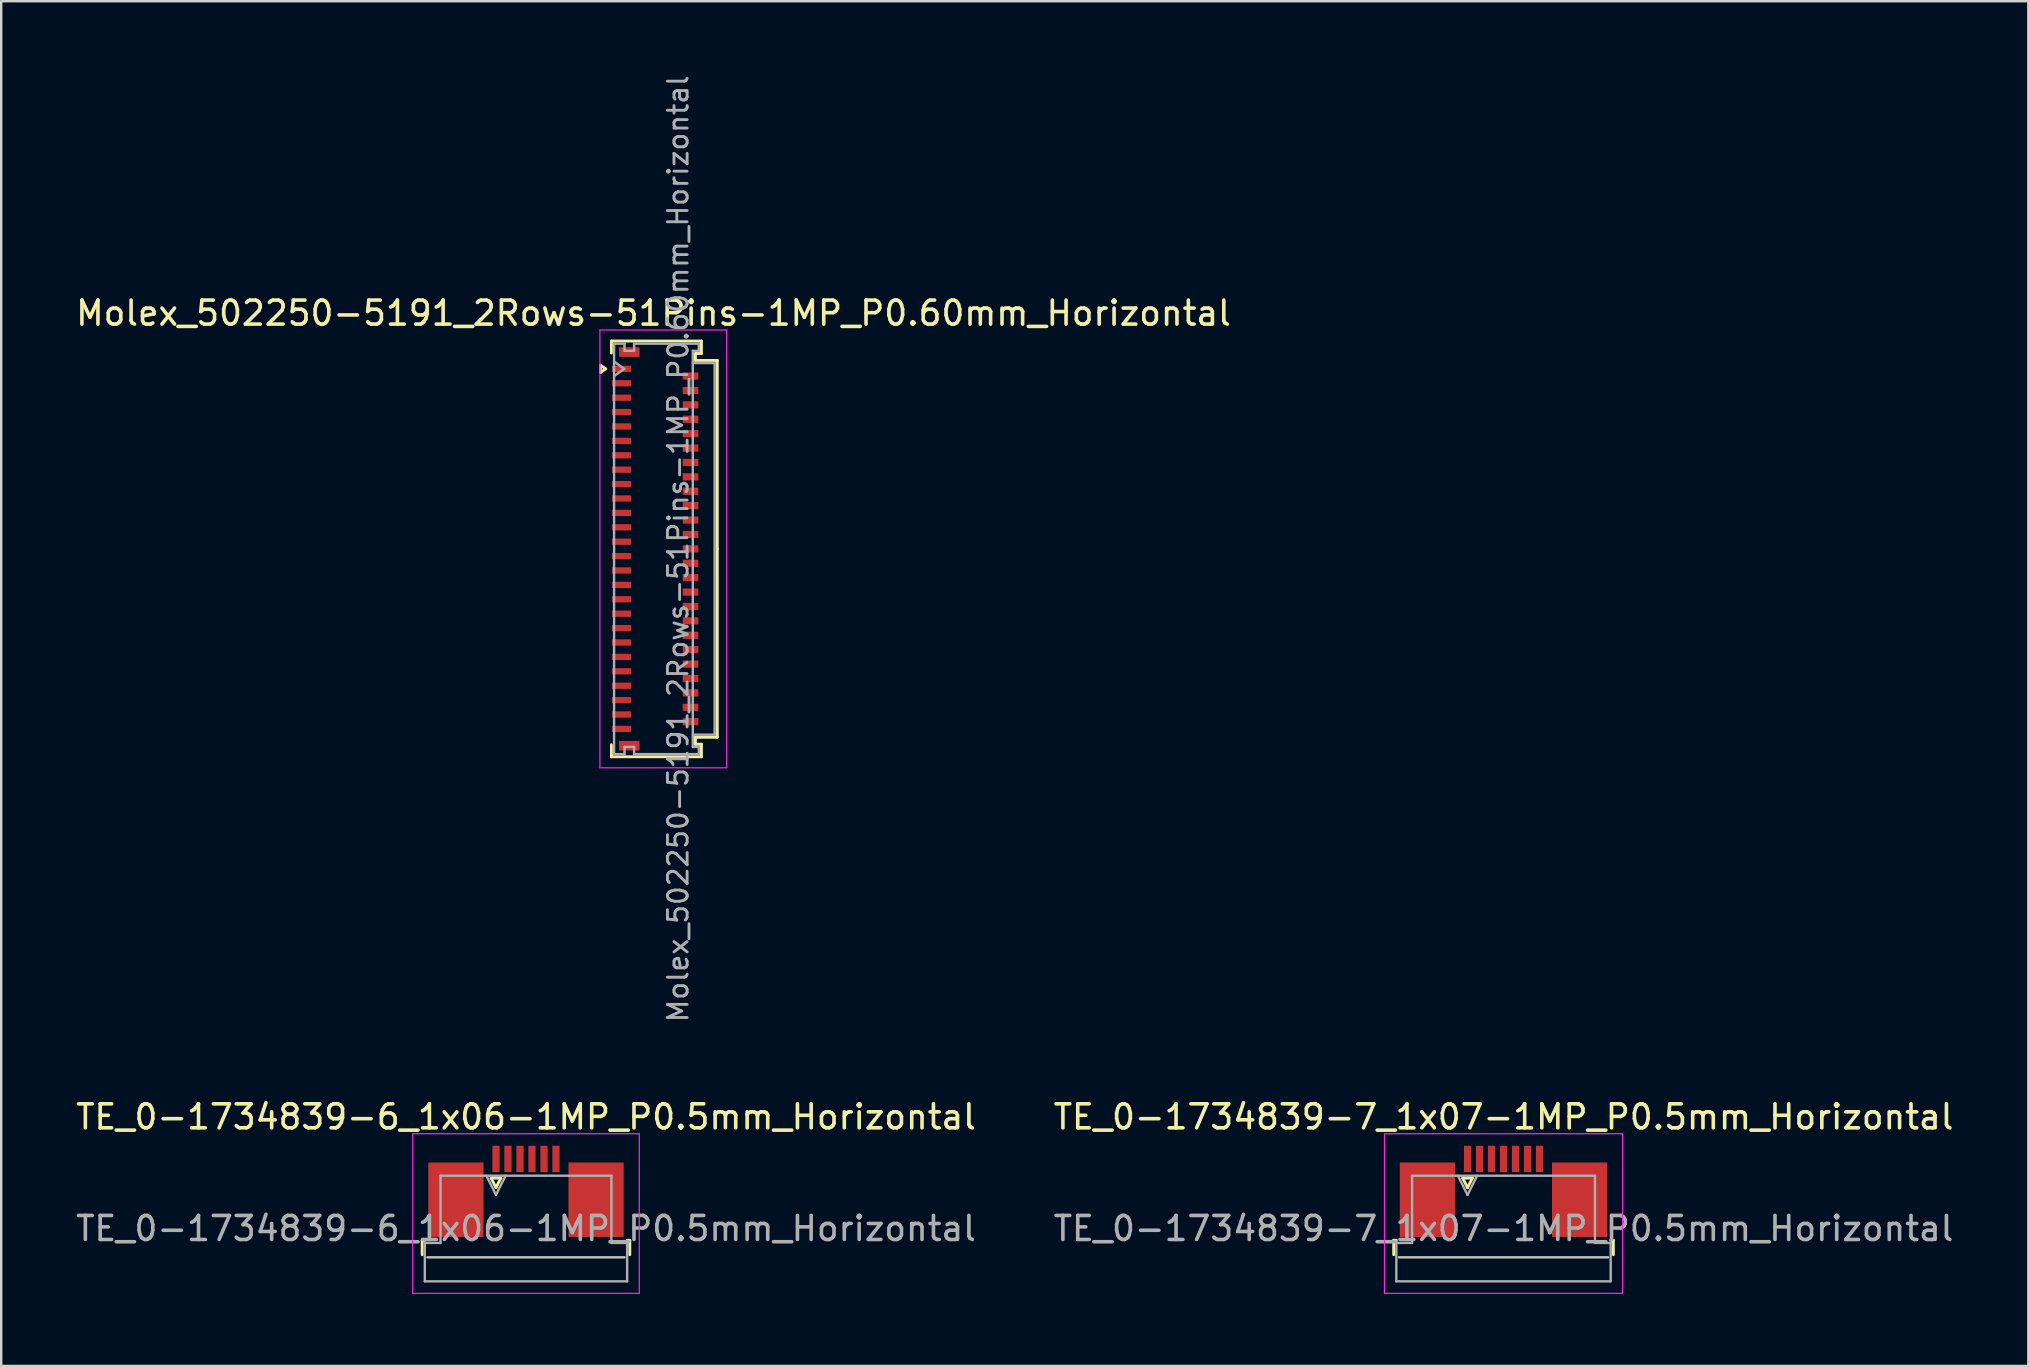
<source format=kicad_pcb>
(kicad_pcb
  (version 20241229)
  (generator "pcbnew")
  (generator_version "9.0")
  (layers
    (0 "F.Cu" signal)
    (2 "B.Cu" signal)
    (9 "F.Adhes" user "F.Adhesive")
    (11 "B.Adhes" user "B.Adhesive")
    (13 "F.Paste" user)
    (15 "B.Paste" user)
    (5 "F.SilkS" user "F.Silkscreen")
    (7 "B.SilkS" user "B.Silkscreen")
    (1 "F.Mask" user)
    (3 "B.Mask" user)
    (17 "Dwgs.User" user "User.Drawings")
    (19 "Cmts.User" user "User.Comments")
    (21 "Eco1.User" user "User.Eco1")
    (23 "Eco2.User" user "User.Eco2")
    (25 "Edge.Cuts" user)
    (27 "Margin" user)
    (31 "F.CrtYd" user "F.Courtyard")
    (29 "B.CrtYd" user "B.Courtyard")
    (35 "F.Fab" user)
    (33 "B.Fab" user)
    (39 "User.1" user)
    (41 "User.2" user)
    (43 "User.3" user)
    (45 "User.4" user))
  (footprint "TE_0-1734839-7_1x07-1MP_P0.5mm_Horizontal"
    (layer "F.Cu")
    (at 59.589 46.582)
    (property "Reference" "TE_0-1734839-7_1x07-1MP_P0.5mm_Horizontal" (at 0 -3.1 0) (layer "F.SilkS") (effects (font (size 1 1) (thickness 0.15))))
    (attr smd)
    (fp_line (start -4.575 2.04) (end -4.575 2.64) (stroke (width 0.12) (type solid)) (layer "F.SilkS"))
    (fp_line (start -4.465 2.04) (end -4.575 2.04) (stroke (width 0.12) (type solid)) (layer "F.SilkS"))
    (fp_line (start -1.7 -0.55) (end -1.5 -0.15) (stroke (width 0.12) (type solid)) (layer "F.SilkS"))
    (fp_line (start -1.5 -0.15) (end -1.3 -0.55) (stroke (width 0.12) (type solid)) (layer "F.SilkS"))
    (fp_line (start -1.3 -0.55) (end -1.7 -0.55) (stroke (width 0.12) (type solid)) (layer "F.SilkS"))
    (fp_line (start 4.465 2.04) (end 4.575 2.04) (stroke (width 0.12) (type solid)) (layer "F.SilkS"))
    (fp_line (start 4.575 2.04) (end 4.575 2.64) (stroke (width 0.12) (type solid)) (layer "F.SilkS"))
    (fp_line (start 4.355 2.75) (end -4.355 2.75) (stroke (width 0.1) (type solid)) (layer "Dwgs.User"))
    (fp_line (start -4.96 -2.4) (end -4.96 4.25) (stroke (width 0.05) (type solid)) (layer "F.CrtYd"))
    (fp_line (start -4.96 4.25) (end 4.96 4.25) (stroke (width 0.05) (type solid)) (layer "F.CrtYd"))
    (fp_line (start 4.96 -2.4) (end -4.96 -2.4) (stroke (width 0.05) (type solid)) (layer "F.CrtYd"))
    (fp_line (start 4.96 4.25) (end 4.96 -2.4) (stroke (width 0.05) (type solid)) (layer "F.CrtYd"))
    (fp_line (start -4.465 2.15) (end -3.81 2.15) (stroke (width 0.1) (type solid)) (layer "F.Fab"))
    (fp_line (start -4.465 3.75) (end -4.465 2.15) (stroke (width 0.1) (type solid)) (layer "F.Fab"))
    (fp_line (start -3.81 -0.65) (end 3.81 -0.65) (stroke (width 0.1) (type solid)) (layer "F.Fab"))
    (fp_line (start -3.81 2.15) (end -3.81 -0.65) (stroke (width 0.1) (type solid)) (layer "F.Fab"))
    (fp_line (start -1.9 -0.65) (end -1.5 0.15) (stroke (width 0.1) (type solid)) (layer "F.Fab"))
    (fp_line (start -1.5 0.15) (end -1.1 -0.65) (stroke (width 0.1) (type solid)) (layer "F.Fab"))
    (fp_line (start 3.81 -0.65) (end 3.81 2.15) (stroke (width 0.1) (type solid)) (layer "F.Fab"))
    (fp_line (start 3.81 2.15) (end 4.465 2.15) (stroke (width 0.1) (type solid)) (layer "F.Fab"))
    (fp_line (start 4.465 2.15) (end 4.465 3.75) (stroke (width 0.1) (type solid)) (layer "F.Fab"))
    (fp_line (start 4.465 3.75) (end -4.465 3.75) (stroke (width 0.1) (type solid)) (layer "F.Fab"))
    (fp_text user "${REFERENCE}" (at 0 1.55 0) (layer "F.Fab") (effects (font (size 1 1) (thickness 0.15))))
    (pad "1" smd rect (at -1.5 -1.35) (size 0.3 1.1) (layers "F.Cu" "F.Mask" "F.Paste"))
    (pad "2" smd rect (at -1 -1.35) (size 0.3 1.1) (layers "F.Cu" "F.Mask" "F.Paste"))
    (pad "3" smd rect (at -0.5 -1.35) (size 0.3 1.1) (layers "F.Cu" "F.Mask" "F.Paste"))
    (pad "4" smd rect (at 0 -1.35) (size 0.3 1.1) (layers "F.Cu" "F.Mask" "F.Paste"))
    (pad "5" smd rect (at 0.5 -1.35) (size 0.3 1.1) (layers "F.Cu" "F.Mask" "F.Paste"))
    (pad "6" smd rect (at 1 -1.35) (size 0.3 1.1) (layers "F.Cu" "F.Mask" "F.Paste"))
    (pad "7" smd rect (at 1.5 -1.35) (size 0.3 1.1) (layers "F.Cu" "F.Mask" "F.Paste"))
    (pad "MP" smd rect (at -3.17 0.35) (size 2.3 3.1) (layers "F.Cu" "F.Mask" "F.Paste"))
    (pad "MP" smd rect (at 3.17 0.35) (size 2.3 3.1) (layers "F.Cu" "F.Mask" "F.Paste")))
  (footprint "TE_0-1734839-6_1x06-1MP_P0.5mm_Horizontal"
    (layer "F.Cu")
    (at 18.863 46.582)
    (property "Reference" "TE_0-1734839-6_1x06-1MP_P0.5mm_Horizontal" (at 0 -3.1 0) (layer "F.SilkS") (effects (font (size 1 1) (thickness 0.15))))
    (attr smd)
    (fp_line (start -4.325 2.04) (end -4.325 2.64) (stroke (width 0.12) (type solid)) (layer "F.SilkS"))
    (fp_line (start -4.215 2.04) (end -4.325 2.04) (stroke (width 0.12) (type solid)) (layer "F.SilkS"))
    (fp_line (start -1.45 -0.55) (end -1.25 -0.15) (stroke (width 0.12) (type solid)) (layer "F.SilkS"))
    (fp_line (start -1.25 -0.15) (end -1.05 -0.55) (stroke (width 0.12) (type solid)) (layer "F.SilkS"))
    (fp_line (start -1.05 -0.55) (end -1.45 -0.55) (stroke (width 0.12) (type solid)) (layer "F.SilkS"))
    (fp_line (start 4.215 2.04) (end 4.325 2.04) (stroke (width 0.12) (type solid)) (layer "F.SilkS"))
    (fp_line (start 4.325 2.04) (end 4.325 2.64) (stroke (width 0.12) (type solid)) (layer "F.SilkS"))
    (fp_line (start 4.105 2.75) (end -4.105 2.75) (stroke (width 0.1) (type solid)) (layer "Dwgs.User"))
    (fp_line (start -4.72 -2.4) (end -4.72 4.25) (stroke (width 0.05) (type solid)) (layer "F.CrtYd"))
    (fp_line (start -4.72 4.25) (end 4.72 4.25) (stroke (width 0.05) (type solid)) (layer "F.CrtYd"))
    (fp_line (start 4.72 -2.4) (end -4.72 -2.4) (stroke (width 0.05) (type solid)) (layer "F.CrtYd"))
    (fp_line (start 4.72 4.25) (end 4.72 -2.4) (stroke (width 0.05) (type solid)) (layer "F.CrtYd"))
    (fp_line (start -4.215 2.15) (end -3.56 2.15) (stroke (width 0.1) (type solid)) (layer "F.Fab"))
    (fp_line (start -4.215 3.75) (end -4.215 2.15) (stroke (width 0.1) (type solid)) (layer "F.Fab"))
    (fp_line (start -3.56 -0.65) (end 3.56 -0.65) (stroke (width 0.1) (type solid)) (layer "F.Fab"))
    (fp_line (start -3.56 2.15) (end -3.56 -0.65) (stroke (width 0.1) (type solid)) (layer "F.Fab"))
    (fp_line (start -1.65 -0.65) (end -1.25 0.15) (stroke (width 0.1) (type solid)) (layer "F.Fab"))
    (fp_line (start -1.25 0.15) (end -0.85 -0.65) (stroke (width 0.1) (type solid)) (layer "F.Fab"))
    (fp_line (start 3.56 -0.65) (end 3.56 2.15) (stroke (width 0.1) (type solid)) (layer "F.Fab"))
    (fp_line (start 3.56 2.15) (end 4.215 2.15) (stroke (width 0.1) (type solid)) (layer "F.Fab"))
    (fp_line (start 4.215 2.15) (end 4.215 3.75) (stroke (width 0.1) (type solid)) (layer "F.Fab"))
    (fp_line (start 4.215 3.75) (end -4.215 3.75) (stroke (width 0.1) (type solid)) (layer "F.Fab"))
    (fp_text user "${REFERENCE}" (at 0 1.55 0) (layer "F.Fab") (effects (font (size 1 1) (thickness 0.15))))
    (pad "1" smd rect (at -1.25 -1.35) (size 0.3 1.1) (layers "F.Cu" "F.Mask" "F.Paste"))
    (pad "2" smd rect (at -0.75 -1.35) (size 0.3 1.1) (layers "F.Cu" "F.Mask" "F.Paste"))
    (pad "3" smd rect (at -0.25 -1.35) (size 0.3 1.1) (layers "F.Cu" "F.Mask" "F.Paste"))
    (pad "4" smd rect (at 0.25 -1.35) (size 0.3 1.1) (layers "F.Cu" "F.Mask" "F.Paste"))
    (pad "5" smd rect (at 0.75 -1.35) (size 0.3 1.1) (layers "F.Cu" "F.Mask" "F.Paste"))
    (pad "6" smd rect (at 1.25 -1.35) (size 0.3 1.1) (layers "F.Cu" "F.Mask" "F.Paste"))
    (pad "MP" smd rect (at -2.92 0.35) (size 2.3 3.1) (layers "F.Cu" "F.Mask" "F.Paste"))
    (pad "MP" smd rect (at 2.92 0.35) (size 2.3 3.1) (layers "F.Cu" "F.Mask" "F.Paste")))
  (footprint "Molex_502250-5191_2Rows-51Pins-1MP_P0.60mm_Horizontal"
    (layer "F.Cu")
    (at 24.243 19.817)
    (property "Reference" "Molex_502250-5191_2Rows-51Pins-1MP_P0.60mm_Horizontal" (at -0.07 -9.82 0) (layer "F.SilkS") (effects (font (size 1 1) (thickness 0.15))))
    (attr smd)
    (fp_line (start -2.272 -7.65) (end -2.06 -7.5) (stroke (width 0.12) (type solid)) (layer "F.SilkS"))
    (fp_line (start -2.272 -7.35) (end -2.272 -7.65) (stroke (width 0.12) (type solid)) (layer "F.SilkS"))
    (fp_line (start -2.06 -7.5) (end -2.272 -7.35) (stroke (width 0.12) (type solid)) (layer "F.SilkS"))
    (fp_line (start -1.82 -8.66) (end 1.93 -8.66) (stroke (width 0.12) (type solid)) (layer "F.SilkS"))
    (fp_line (start -1.82 -8.16) (end -1.82 -8.66) (stroke (width 0.12) (type solid)) (layer "F.SilkS"))
    (fp_line (start -1.82 8.16) (end -1.82 8.66) (stroke (width 0.12) (type solid)) (layer "F.SilkS"))
    (fp_line (start -1.82 8.66) (end 1.93 8.66) (stroke (width 0.12) (type solid)) (layer "F.SilkS"))
    (fp_line (start 1.68 -8.14) (end 1.68 -7.85) (stroke (width 0.12) (type solid)) (layer "F.SilkS"))
    (fp_line (start 1.68 -7.85) (end 2.59 -7.85) (stroke (width 0.12) (type solid)) (layer "F.SilkS"))
    (fp_line (start 1.68 7.85) (end 2.59 7.85) (stroke (width 0.12) (type solid)) (layer "F.SilkS"))
    (fp_line (start 1.68 8.14) (end 1.68 7.85) (stroke (width 0.12) (type solid)) (layer "F.SilkS"))
    (fp_line (start 1.93 -8.66) (end 1.93 -8.14) (stroke (width 0.12) (type solid)) (layer "F.SilkS"))
    (fp_line (start 1.93 -8.14) (end 1.68 -8.14) (stroke (width 0.12) (type solid)) (layer "F.SilkS"))
    (fp_line (start 1.93 8.14) (end 1.68 8.14) (stroke (width 0.12) (type solid)) (layer "F.SilkS"))
    (fp_line (start 1.93 8.66) (end 1.93 8.14) (stroke (width 0.12) (type solid)) (layer "F.SilkS"))
    (fp_line (start 2.59 -7.85) (end 2.59 0) (stroke (width 0.12) (type solid)) (layer "F.SilkS"))
    (fp_line (start 2.59 7.85) (end 2.59 0) (stroke (width 0.12) (type solid)) (layer "F.SilkS"))
    (fp_line (start -2.3 -9.12) (end -2.3 9.12) (stroke (width 0.05) (type solid)) (layer "F.CrtYd"))
    (fp_line (start -2.3 9.12) (end 2.98 9.12) (stroke (width 0.05) (type solid)) (layer "F.CrtYd"))
    (fp_line (start 2.98 -9.12) (end -2.3 -9.12) (stroke (width 0.05) (type solid)) (layer "F.CrtYd"))
    (fp_line (start 2.98 9.12) (end 2.98 -9.12) (stroke (width 0.05) (type solid)) (layer "F.CrtYd"))
    (fp_line (start -1.71 -8.55) (end -1.275 -8.55) (stroke (width 0.1) (type solid)) (layer "F.Fab"))
    (fp_line (start -1.71 -7.8) (end -1.286 -7.5) (stroke (width 0.1) (type solid)) (layer "F.Fab"))
    (fp_line (start -1.71 0) (end -1.71 -8.55) (stroke (width 0.1) (type solid)) (layer "F.Fab"))
    (fp_line (start -1.71 0) (end -1.71 8.55) (stroke (width 0.1) (type solid)) (layer "F.Fab"))
    (fp_line (start -1.71 8.55) (end -1.275 8.55) (stroke (width 0.1) (type solid)) (layer "F.Fab"))
    (fp_line (start -1.286 -7.5) (end -1.71 -7.2) (stroke (width 0.1) (type solid)) (layer "F.Fab"))
    (fp_line (start -1.275 -8.55) (end -1.275 -8.25) (stroke (width 0.1) (type solid)) (layer "F.Fab"))
    (fp_line (start -1.275 -8.25) (end -0.875 -8.25) (stroke (width 0.1) (type solid)) (layer "F.Fab"))
    (fp_line (start -1.275 8.25) (end -0.875 8.25) (stroke (width 0.1) (type solid)) (layer "F.Fab"))
    (fp_line (start -1.275 8.55) (end -1.275 8.25) (stroke (width 0.1) (type solid)) (layer "F.Fab"))
    (fp_line (start -0.875 -8.55) (end 1.82 -8.55) (stroke (width 0.1) (type solid)) (layer "F.Fab"))
    (fp_line (start -0.875 -8.25) (end -0.875 -8.55) (stroke (width 0.1) (type solid)) (layer "F.Fab"))
    (fp_line (start -0.875 8.25) (end -0.875 8.55) (stroke (width 0.1) (type solid)) (layer "F.Fab"))
    (fp_line (start -0.875 8.55) (end 1.82 8.55) (stroke (width 0.1) (type solid)) (layer "F.Fab"))
    (fp_line (start 1.57 -8.25) (end 1.57 0) (stroke (width 0.1) (type solid)) (layer "F.Fab"))
    (fp_line (start 1.57 -7.74) (end 2.48 -7.74) (stroke (width 0.1) (type solid)) (layer "F.Fab"))
    (fp_line (start 1.57 8.25) (end 1.57 0) (stroke (width 0.1) (type solid)) (layer "F.Fab"))
    (fp_line (start 1.82 -8.55) (end 1.82 -8.25) (stroke (width 0.1) (type solid)) (layer "F.Fab"))
    (fp_line (start 1.82 -8.25) (end 1.57 -8.25) (stroke (width 0.1) (type solid)) (layer "F.Fab"))
    (fp_line (start 1.82 8.25) (end 1.57 8.25) (stroke (width 0.1) (type solid)) (layer "F.Fab"))
    (fp_line (start 1.82 8.55) (end 1.82 8.25) (stroke (width 0.1) (type solid)) (layer "F.Fab"))
    (fp_line (start 2.48 -7.74) (end 2.48 7.74) (stroke (width 0.1) (type solid)) (layer "F.Fab"))
    (fp_line (start 2.48 7.74) (end 1.57 7.74) (stroke (width 0.1) (type solid)) (layer "F.Fab"))
    (fp_text user "${REFERENCE}" (at 0.96 0 90) (layer "F.Fab") (effects (font (size 0.82 0.82) (thickness 0.12))))
    (pad "1" smd rect (at -1.4 -7.5) (size 0.8 0.26) (layers "F.Cu" "F.Mask" "F.Paste"))
    (pad "2" smd rect (at 1.475 -7.2) (size 0.65 0.3) (layers "F.Cu" "F.Mask" "F.Paste"))
    (pad "3" smd rect (at -1.4 -6.9) (size 0.8 0.26) (layers "F.Cu" "F.Mask" "F.Paste"))
    (pad "4" smd rect (at 1.475 -6.6) (size 0.65 0.3) (layers "F.Cu" "F.Mask" "F.Paste"))
    (pad "5" smd rect (at -1.4 -6.3) (size 0.8 0.26) (layers "F.Cu" "F.Mask" "F.Paste"))
    (pad "6" smd rect (at 1.475 -6) (size 0.65 0.3) (layers "F.Cu" "F.Mask" "F.Paste"))
    (pad "7" smd rect (at -1.4 -5.7) (size 0.8 0.26) (layers "F.Cu" "F.Mask" "F.Paste"))
    (pad "8" smd rect (at 1.475 -5.4) (size 0.65 0.3) (layers "F.Cu" "F.Mask" "F.Paste"))
    (pad "9" smd rect (at -1.4 -5.1) (size 0.8 0.26) (layers "F.Cu" "F.Mask" "F.Paste"))
    (pad "10" smd rect (at 1.475 -4.8) (size 0.65 0.3) (layers "F.Cu" "F.Mask" "F.Paste"))
    (pad "11" smd rect (at -1.4 -4.5) (size 0.8 0.26) (layers "F.Cu" "F.Mask" "F.Paste"))
    (pad "12" smd rect (at 1.475 -4.2) (size 0.65 0.3) (layers "F.Cu" "F.Mask" "F.Paste"))
    (pad "13" smd rect (at -1.4 -3.9) (size 0.8 0.26) (layers "F.Cu" "F.Mask" "F.Paste"))
    (pad "14" smd rect (at 1.475 -3.6) (size 0.65 0.3) (layers "F.Cu" "F.Mask" "F.Paste"))
    (pad "15" smd rect (at -1.4 -3.3) (size 0.8 0.26) (layers "F.Cu" "F.Mask" "F.Paste"))
    (pad "16" smd rect (at 1.475 -3) (size 0.65 0.3) (layers "F.Cu" "F.Mask" "F.Paste"))
    (pad "17" smd rect (at -1.4 -2.7) (size 0.8 0.26) (layers "F.Cu" "F.Mask" "F.Paste"))
    (pad "18" smd rect (at 1.475 -2.4) (size 0.65 0.3) (layers "F.Cu" "F.Mask" "F.Paste"))
    (pad "19" smd rect (at -1.4 -2.1) (size 0.8 0.26) (layers "F.Cu" "F.Mask" "F.Paste"))
    (pad "20" smd rect (at 1.475 -1.8) (size 0.65 0.3) (layers "F.Cu" "F.Mask" "F.Paste"))
    (pad "21" smd rect (at -1.4 -1.5) (size 0.8 0.26) (layers "F.Cu" "F.Mask" "F.Paste"))
    (pad "22" smd rect (at 1.475 -1.2) (size 0.65 0.3) (layers "F.Cu" "F.Mask" "F.Paste"))
    (pad "23" smd rect (at -1.4 -0.9) (size 0.8 0.26) (layers "F.Cu" "F.Mask" "F.Paste"))
    (pad "24" smd rect (at 1.475 -0.6) (size 0.65 0.3) (layers "F.Cu" "F.Mask" "F.Paste"))
    (pad "25" smd rect (at -1.4 -0.3) (size 0.8 0.26) (layers "F.Cu" "F.Mask" "F.Paste"))
    (pad "26" smd rect (at 1.475 0) (size 0.65 0.3) (layers "F.Cu" "F.Mask" "F.Paste"))
    (pad "27" smd rect (at -1.4 0.3) (size 0.8 0.26) (layers "F.Cu" "F.Mask" "F.Paste"))
    (pad "28" smd rect (at 1.475 0.6) (size 0.65 0.3) (layers "F.Cu" "F.Mask" "F.Paste"))
    (pad "29" smd rect (at -1.4 0.9) (size 0.8 0.26) (layers "F.Cu" "F.Mask" "F.Paste"))
    (pad "30" smd rect (at 1.475 1.2) (size 0.65 0.3) (layers "F.Cu" "F.Mask" "F.Paste"))
    (pad "31" smd rect (at -1.4 1.5) (size 0.8 0.26) (layers "F.Cu" "F.Mask" "F.Paste"))
    (pad "32" smd rect (at 1.475 1.8) (size 0.65 0.3) (layers "F.Cu" "F.Mask" "F.Paste"))
    (pad "33" smd rect (at -1.4 2.1) (size 0.8 0.26) (layers "F.Cu" "F.Mask" "F.Paste"))
    (pad "34" smd rect (at 1.475 2.4) (size 0.65 0.3) (layers "F.Cu" "F.Mask" "F.Paste"))
    (pad "35" smd rect (at -1.4 2.7) (size 0.8 0.26) (layers "F.Cu" "F.Mask" "F.Paste"))
    (pad "36" smd rect (at 1.475 3) (size 0.65 0.3) (layers "F.Cu" "F.Mask" "F.Paste"))
    (pad "37" smd rect (at -1.4 3.3) (size 0.8 0.26) (layers "F.Cu" "F.Mask" "F.Paste"))
    (pad "38" smd rect (at 1.475 3.6) (size 0.65 0.3) (layers "F.Cu" "F.Mask" "F.Paste"))
    (pad "39" smd rect (at -1.4 3.9) (size 0.8 0.26) (layers "F.Cu" "F.Mask" "F.Paste"))
    (pad "40" smd rect (at 1.475 4.2) (size 0.65 0.3) (layers "F.Cu" "F.Mask" "F.Paste"))
    (pad "41" smd rect (at -1.4 4.5) (size 0.8 0.26) (layers "F.Cu" "F.Mask" "F.Paste"))
    (pad "42" smd rect (at 1.475 4.8) (size 0.65 0.3) (layers "F.Cu" "F.Mask" "F.Paste"))
    (pad "43" smd rect (at -1.4 5.1) (size 0.8 0.26) (layers "F.Cu" "F.Mask" "F.Paste"))
    (pad "44" smd rect (at 1.475 5.4) (size 0.65 0.3) (layers "F.Cu" "F.Mask" "F.Paste"))
    (pad "45" smd rect (at -1.4 5.7) (size 0.8 0.26) (layers "F.Cu" "F.Mask" "F.Paste"))
    (pad "46" smd rect (at 1.475 6) (size 0.65 0.3) (layers "F.Cu" "F.Mask" "F.Paste"))
    (pad "47" smd rect (at -1.4 6.3) (size 0.8 0.26) (layers "F.Cu" "F.Mask" "F.Paste"))
    (pad "48" smd rect (at 1.475 6.6) (size 0.65 0.3) (layers "F.Cu" "F.Mask" "F.Paste"))
    (pad "49" smd rect (at -1.4 6.9) (size 0.8 0.26) (layers "F.Cu" "F.Mask" "F.Paste"))
    (pad "50" smd rect (at 1.475 7.2) (size 0.65 0.3) (layers "F.Cu" "F.Mask" "F.Paste"))
    (pad "51" smd rect (at -1.4 7.5) (size 0.8 0.26) (layers "F.Cu" "F.Mask" "F.Paste"))
    (pad "MP" smd rect (at -1.075 -8.2) (size 0.85 0.4) (layers "F.Cu" "F.Mask" "F.Paste"))
    (pad "MP" smd rect (at -1.075 8.2) (size 0.85 0.4) (layers "F.Cu" "F.Mask" "F.Paste")))
  (gr_rect
    (start -3 -3)
    (end 81.452 53.857)
    (stroke (width 0.1) (type default))
    (fill no)
    (layer "Edge.Cuts")))
</source>
